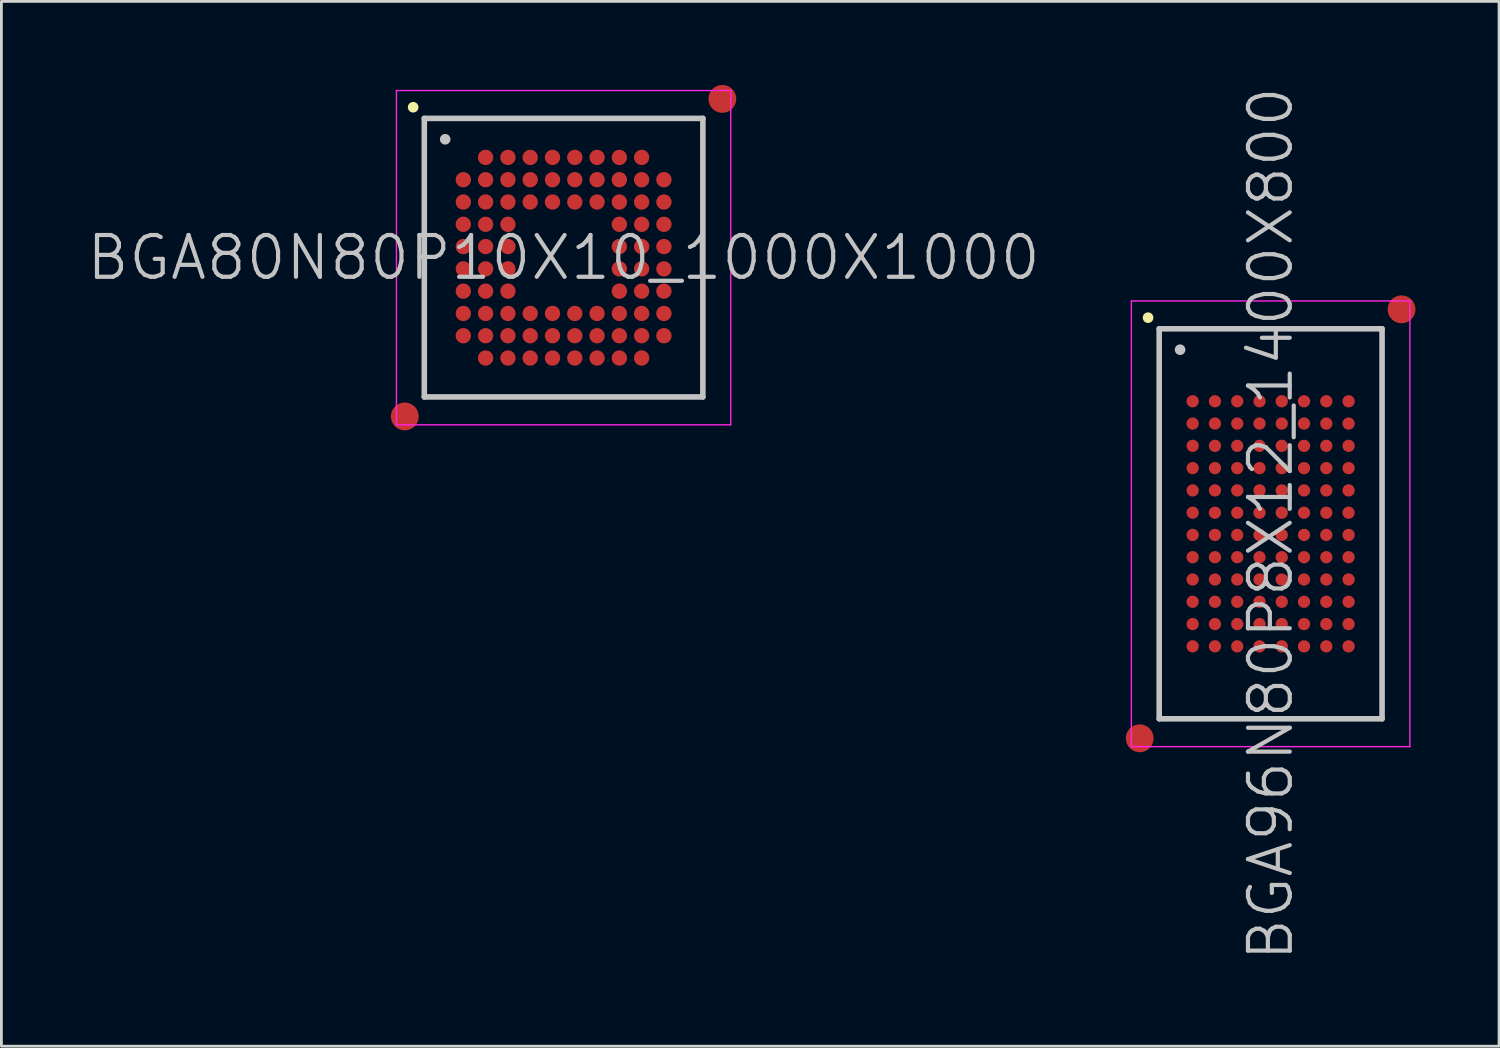
<source format=kicad_pcb>
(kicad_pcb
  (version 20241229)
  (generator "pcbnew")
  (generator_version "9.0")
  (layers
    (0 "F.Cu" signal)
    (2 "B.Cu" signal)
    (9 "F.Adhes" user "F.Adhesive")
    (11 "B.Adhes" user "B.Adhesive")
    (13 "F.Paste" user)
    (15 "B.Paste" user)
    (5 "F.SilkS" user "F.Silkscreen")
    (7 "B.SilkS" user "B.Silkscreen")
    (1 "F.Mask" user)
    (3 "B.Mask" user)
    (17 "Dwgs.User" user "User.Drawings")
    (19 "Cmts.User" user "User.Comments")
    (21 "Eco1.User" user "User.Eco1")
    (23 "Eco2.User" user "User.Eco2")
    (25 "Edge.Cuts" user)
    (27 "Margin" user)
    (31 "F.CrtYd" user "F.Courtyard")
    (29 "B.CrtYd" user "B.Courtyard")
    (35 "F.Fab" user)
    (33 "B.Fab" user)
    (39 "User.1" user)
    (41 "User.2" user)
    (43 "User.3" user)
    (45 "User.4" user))
  (footprint "BGA96N80P8X12_1400X800"
    (layer "F.Cu")
    (at 42.564 15.754)
    (property "Reference" "BGA96N80P8X12_1400X800" (at 0 0 90) (layer "Dwgs.User") (effects (font (size 1.5 1.5) (thickness 0.15))))
    (attr smd)
    (fp_line (start -4.4 -7.4) (end -4.4 -7.4) (stroke (width 0.381) (type solid)) (layer "F.SilkS"))
    (fp_line (start -4 -7) (end -4 7) (stroke (width 0.2) (type solid)) (layer "Dwgs.User"))
    (fp_line (start -4 -7) (end 4 -7) (stroke (width 0.2) (type solid)) (layer "Dwgs.User"))
    (fp_line (start -4 7) (end 4 7) (stroke (width 0.2) (type solid)) (layer "Dwgs.User"))
    (fp_line (start -3.25 -6.25) (end -3.25 -6.25) (stroke (width 0.381) (type solid)) (layer "Dwgs.User"))
    (fp_line (start 4 -7) (end 4 7) (stroke (width 0.2) (type solid)) (layer "Dwgs.User"))
    (fp_line (start -5 -8) (end -5 8) (stroke (width 0.05) (type solid)) (layer "F.CrtYd"))
    (fp_line (start -5 -8) (end 5 -8) (stroke (width 0.05) (type solid)) (layer "F.CrtYd"))
    (fp_line (start -5 8) (end 5 8) (stroke (width 0.05) (type solid)) (layer "F.CrtYd"))
    (fp_line (start 5 -8) (end 5 8) (stroke (width 0.05) (type solid)) (layer "F.CrtYd"))
    (pad "" smd circle (at -4.7 7.7) (size 1 1) (layers "F.Cu" "F.Mask"))
    (pad "" smd circle (at 4.7 -7.7) (size 1 1) (layers "F.Cu" "F.Mask"))
    (pad "A1" smd circle (at -2.799 -4.399 270) (size 0.44 0.44) (layers "F.Cu" "F.Mask" "F.Paste"))
    (pad "A2" smd circle (at -1.999 -4.399 270) (size 0.44 0.44) (layers "F.Cu" "F.Mask" "F.Paste"))
    (pad "A3" smd circle (at -1.199 -4.399 270) (size 0.44 0.44) (layers "F.Cu" "F.Mask" "F.Paste"))
    (pad "A4" smd circle (at -0.399 -4.399 270) (size 0.44 0.44) (layers "F.Cu" "F.Mask" "F.Paste"))
    (pad "A5" smd circle (at 0.399 -4.399 270) (size 0.44 0.44) (layers "F.Cu" "F.Mask" "F.Paste"))
    (pad "A6" smd circle (at 1.199 -4.399 270) (size 0.44 0.44) (layers "F.Cu" "F.Mask" "F.Paste"))
    (pad "A7" smd circle (at 1.999 -4.399 270) (size 0.44 0.44) (layers "F.Cu" "F.Mask" "F.Paste"))
    (pad "A8" smd circle (at 2.799 -4.399 270) (size 0.44 0.44) (layers "F.Cu" "F.Mask" "F.Paste"))
    (pad "B1" smd circle (at -2.799 -3.599 270) (size 0.44 0.44) (layers "F.Cu" "F.Mask" "F.Paste"))
    (pad "B2" smd circle (at -1.999 -3.599 270) (size 0.44 0.44) (layers "F.Cu" "F.Mask" "F.Paste"))
    (pad "B3" smd circle (at -1.199 -3.599 270) (size 0.44 0.44) (layers "F.Cu" "F.Mask" "F.Paste"))
    (pad "B4" smd circle (at -0.399 -3.599 270) (size 0.44 0.44) (layers "F.Cu" "F.Mask" "F.Paste"))
    (pad "B5" smd circle (at 0.399 -3.599 270) (size 0.44 0.44) (layers "F.Cu" "F.Mask" "F.Paste"))
    (pad "B6" smd circle (at 1.199 -3.599 270) (size 0.44 0.44) (layers "F.Cu" "F.Mask" "F.Paste"))
    (pad "B7" smd circle (at 1.999 -3.599 270) (size 0.44 0.44) (layers "F.Cu" "F.Mask" "F.Paste"))
    (pad "B8" smd circle (at 2.799 -3.599 270) (size 0.44 0.44) (layers "F.Cu" "F.Mask" "F.Paste"))
    (pad "C1" smd circle (at -2.799 -2.799 270) (size 0.44 0.44) (layers "F.Cu" "F.Mask" "F.Paste"))
    (pad "C2" smd circle (at -1.999 -2.799 270) (size 0.44 0.44) (layers "F.Cu" "F.Mask" "F.Paste"))
    (pad "C3" smd circle (at -1.199 -2.799 270) (size 0.44 0.44) (layers "F.Cu" "F.Mask" "F.Paste"))
    (pad "C4" smd circle (at -0.399 -2.799 270) (size 0.44 0.44) (layers "F.Cu" "F.Mask" "F.Paste"))
    (pad "C5" smd circle (at 0.399 -2.799 270) (size 0.44 0.44) (layers "F.Cu" "F.Mask" "F.Paste"))
    (pad "C6" smd circle (at 1.199 -2.799 270) (size 0.44 0.44) (layers "F.Cu" "F.Mask" "F.Paste"))
    (pad "C7" smd circle (at 1.999 -2.799 270) (size 0.44 0.44) (layers "F.Cu" "F.Mask" "F.Paste"))
    (pad "C8" smd circle (at 2.799 -2.799 270) (size 0.44 0.44) (layers "F.Cu" "F.Mask" "F.Paste"))
    (pad "D1" smd circle (at -2.799 -1.999 270) (size 0.44 0.44) (layers "F.Cu" "F.Mask" "F.Paste"))
    (pad "D2" smd circle (at -1.999 -1.999 270) (size 0.44 0.44) (layers "F.Cu" "F.Mask" "F.Paste"))
    (pad "D3" smd circle (at -1.199 -1.999 270) (size 0.44 0.44) (layers "F.Cu" "F.Mask" "F.Paste"))
    (pad "D4" smd circle (at -0.399 -1.999 270) (size 0.44 0.44) (layers "F.Cu" "F.Mask" "F.Paste"))
    (pad "D5" smd circle (at 0.399 -1.999 270) (size 0.44 0.44) (layers "F.Cu" "F.Mask" "F.Paste"))
    (pad "D6" smd circle (at 1.199 -1.999 270) (size 0.44 0.44) (layers "F.Cu" "F.Mask" "F.Paste"))
    (pad "D7" smd circle (at 1.999 -1.999 270) (size 0.44 0.44) (layers "F.Cu" "F.Mask" "F.Paste"))
    (pad "D8" smd circle (at 2.799 -1.999 270) (size 0.44 0.44) (layers "F.Cu" "F.Mask" "F.Paste"))
    (pad "E1" smd circle (at -2.799 -1.199 270) (size 0.44 0.44) (layers "F.Cu" "F.Mask" "F.Paste"))
    (pad "E2" smd circle (at -1.999 -1.199 270) (size 0.44 0.44) (layers "F.Cu" "F.Mask" "F.Paste"))
    (pad "E3" smd circle (at -1.199 -1.199 270) (size 0.44 0.44) (layers "F.Cu" "F.Mask" "F.Paste"))
    (pad "E4" smd circle (at -0.399 -1.199 270) (size 0.44 0.44) (layers "F.Cu" "F.Mask" "F.Paste"))
    (pad "E5" smd circle (at 0.399 -1.199 270) (size 0.44 0.44) (layers "F.Cu" "F.Mask" "F.Paste"))
    (pad "E6" smd circle (at 1.199 -1.199 270) (size 0.44 0.44) (layers "F.Cu" "F.Mask" "F.Paste"))
    (pad "E7" smd circle (at 1.999 -1.199 270) (size 0.44 0.44) (layers "F.Cu" "F.Mask" "F.Paste"))
    (pad "E8" smd circle (at 2.799 -1.199 270) (size 0.44 0.44) (layers "F.Cu" "F.Mask" "F.Paste"))
    (pad "F1" smd circle (at -2.799 -0.399 270) (size 0.44 0.44) (layers "F.Cu" "F.Mask" "F.Paste"))
    (pad "F2" smd circle (at -1.999 -0.399 270) (size 0.44 0.44) (layers "F.Cu" "F.Mask" "F.Paste"))
    (pad "F3" smd circle (at -1.199 -0.399 270) (size 0.44 0.44) (layers "F.Cu" "F.Mask" "F.Paste"))
    (pad "F4" smd circle (at -0.399 -0.399 270) (size 0.44 0.44) (layers "F.Cu" "F.Mask" "F.Paste"))
    (pad "F5" smd circle (at 0.399 -0.399 270) (size 0.44 0.44) (layers "F.Cu" "F.Mask" "F.Paste"))
    (pad "F6" smd circle (at 1.199 -0.399 270) (size 0.44 0.44) (layers "F.Cu" "F.Mask" "F.Paste"))
    (pad "F7" smd circle (at 1.999 -0.399 270) (size 0.44 0.44) (layers "F.Cu" "F.Mask" "F.Paste"))
    (pad "F8" smd circle (at 2.799 -0.399 270) (size 0.44 0.44) (layers "F.Cu" "F.Mask" "F.Paste"))
    (pad "G1" smd circle (at -2.799 0.399 270) (size 0.44 0.44) (layers "F.Cu" "F.Mask" "F.Paste"))
    (pad "G2" smd circle (at -1.999 0.399 270) (size 0.44 0.44) (layers "F.Cu" "F.Mask" "F.Paste"))
    (pad "G3" smd circle (at -1.199 0.399 270) (size 0.44 0.44) (layers "F.Cu" "F.Mask" "F.Paste"))
    (pad "G4" smd circle (at -0.399 0.399 270) (size 0.44 0.44) (layers "F.Cu" "F.Mask" "F.Paste"))
    (pad "G5" smd circle (at 0.399 0.399 270) (size 0.44 0.44) (layers "F.Cu" "F.Mask" "F.Paste"))
    (pad "G6" smd circle (at 1.199 0.399 270) (size 0.44 0.44) (layers "F.Cu" "F.Mask" "F.Paste"))
    (pad "G7" smd circle (at 1.999 0.399 270) (size 0.44 0.44) (layers "F.Cu" "F.Mask" "F.Paste"))
    (pad "G8" smd circle (at 2.799 0.399 270) (size 0.44 0.44) (layers "F.Cu" "F.Mask" "F.Paste"))
    (pad "H1" smd circle (at -2.799 1.199 270) (size 0.44 0.44) (layers "F.Cu" "F.Mask" "F.Paste"))
    (pad "H2" smd circle (at -1.999 1.199 270) (size 0.44 0.44) (layers "F.Cu" "F.Mask" "F.Paste"))
    (pad "H3" smd circle (at -1.199 1.199 270) (size 0.44 0.44) (layers "F.Cu" "F.Mask" "F.Paste"))
    (pad "H4" smd circle (at -0.399 1.199 270) (size 0.44 0.44) (layers "F.Cu" "F.Mask" "F.Paste"))
    (pad "H5" smd circle (at 0.399 1.199 270) (size 0.44 0.44) (layers "F.Cu" "F.Mask" "F.Paste"))
    (pad "H6" smd circle (at 1.199 1.199 270) (size 0.44 0.44) (layers "F.Cu" "F.Mask" "F.Paste"))
    (pad "H7" smd circle (at 1.999 1.199 270) (size 0.44 0.44) (layers "F.Cu" "F.Mask" "F.Paste"))
    (pad "H8" smd circle (at 2.799 1.199 270) (size 0.44 0.44) (layers "F.Cu" "F.Mask" "F.Paste"))
    (pad "J1" smd circle (at -2.799 1.999 270) (size 0.44 0.44) (layers "F.Cu" "F.Mask" "F.Paste"))
    (pad "J2" smd circle (at -1.999 1.999 270) (size 0.44 0.44) (layers "F.Cu" "F.Mask" "F.Paste"))
    (pad "J3" smd circle (at -1.199 1.999 270) (size 0.44 0.44) (layers "F.Cu" "F.Mask" "F.Paste"))
    (pad "J4" smd circle (at -0.399 1.999 270) (size 0.44 0.44) (layers "F.Cu" "F.Mask" "F.Paste"))
    (pad "J5" smd circle (at 0.399 1.999 270) (size 0.44 0.44) (layers "F.Cu" "F.Mask" "F.Paste"))
    (pad "J6" smd circle (at 1.199 1.999 270) (size 0.44 0.44) (layers "F.Cu" "F.Mask" "F.Paste"))
    (pad "J7" smd circle (at 1.999 1.999 270) (size 0.44 0.44) (layers "F.Cu" "F.Mask" "F.Paste"))
    (pad "J8" smd circle (at 2.799 1.999 270) (size 0.44 0.44) (layers "F.Cu" "F.Mask" "F.Paste"))
    (pad "K1" smd circle (at -2.799 2.799 270) (size 0.44 0.44) (layers "F.Cu" "F.Mask" "F.Paste"))
    (pad "K2" smd circle (at -1.999 2.799 270) (size 0.44 0.44) (layers "F.Cu" "F.Mask" "F.Paste"))
    (pad "K3" smd circle (at -1.199 2.799 270) (size 0.44 0.44) (layers "F.Cu" "F.Mask" "F.Paste"))
    (pad "K4" smd circle (at -0.399 2.799 270) (size 0.44 0.44) (layers "F.Cu" "F.Mask" "F.Paste"))
    (pad "K5" smd circle (at 0.399 2.799 270) (size 0.44 0.44) (layers "F.Cu" "F.Mask" "F.Paste"))
    (pad "K6" smd circle (at 1.199 2.799 270) (size 0.44 0.44) (layers "F.Cu" "F.Mask" "F.Paste"))
    (pad "K7" smd circle (at 1.999 2.799 270) (size 0.44 0.44) (layers "F.Cu" "F.Mask" "F.Paste"))
    (pad "K8" smd circle (at 2.799 2.799 270) (size 0.44 0.44) (layers "F.Cu" "F.Mask" "F.Paste"))
    (pad "L1" smd circle (at -2.799 3.599 270) (size 0.44 0.44) (layers "F.Cu" "F.Mask" "F.Paste"))
    (pad "L2" smd circle (at -1.999 3.599 270) (size 0.44 0.44) (layers "F.Cu" "F.Mask" "F.Paste"))
    (pad "L3" smd circle (at -1.199 3.599 270) (size 0.44 0.44) (layers "F.Cu" "F.Mask" "F.Paste"))
    (pad "L4" smd circle (at -0.399 3.599 270) (size 0.44 0.44) (layers "F.Cu" "F.Mask" "F.Paste"))
    (pad "L5" smd circle (at 0.399 3.599 270) (size 0.44 0.44) (layers "F.Cu" "F.Mask" "F.Paste"))
    (pad "L6" smd circle (at 1.199 3.599 270) (size 0.44 0.44) (layers "F.Cu" "F.Mask" "F.Paste"))
    (pad "L7" smd circle (at 1.999 3.599 270) (size 0.44 0.44) (layers "F.Cu" "F.Mask" "F.Paste"))
    (pad "L8" smd circle (at 2.799 3.599 270) (size 0.44 0.44) (layers "F.Cu" "F.Mask" "F.Paste"))
    (pad "M1" smd circle (at -2.799 4.399 270) (size 0.44 0.44) (layers "F.Cu" "F.Mask" "F.Paste"))
    (pad "M2" smd circle (at -1.999 4.399 270) (size 0.44 0.44) (layers "F.Cu" "F.Mask" "F.Paste"))
    (pad "M3" smd circle (at -1.199 4.399 270) (size 0.44 0.44) (layers "F.Cu" "F.Mask" "F.Paste"))
    (pad "M4" smd circle (at -0.399 4.399 270) (size 0.44 0.44) (layers "F.Cu" "F.Mask" "F.Paste"))
    (pad "M5" smd circle (at 0.399 4.399 270) (size 0.44 0.44) (layers "F.Cu" "F.Mask" "F.Paste"))
    (pad "M6" smd circle (at 1.199 4.399 270) (size 0.44 0.44) (layers "F.Cu" "F.Mask" "F.Paste"))
    (pad "M7" smd circle (at 1.999 4.399 270) (size 0.44 0.44) (layers "F.Cu" "F.Mask" "F.Paste"))
    (pad "M8" smd circle (at 2.799 4.399 270) (size 0.44 0.44) (layers "F.Cu" "F.Mask" "F.Paste")))
  (footprint "BGA80N80P10X10_1000X1000"
    (layer "F.Cu")
    (at 17.182 6.2)
    (property "Reference" "BGA80N80P10X10_1000X1000" (at 0 0 0) (layer "Dwgs.User") (effects (font (size 1.5 1.5) (thickness 0.15))))
    (attr smd)
    (fp_line (start -5.4 -5.4) (end -5.4 -5.4) (stroke (width 0.381) (type solid)) (layer "F.SilkS"))
    (fp_line (start -5 -5) (end -5 5) (stroke (width 0.2) (type solid)) (layer "Dwgs.User"))
    (fp_line (start -5 -5) (end 5 -5) (stroke (width 0.2) (type solid)) (layer "Dwgs.User"))
    (fp_line (start -5 5) (end 5 5) (stroke (width 0.2) (type solid)) (layer "Dwgs.User"))
    (fp_line (start -4.25 -4.25) (end -4.25 -4.25) (stroke (width 0.381) (type solid)) (layer "Dwgs.User"))
    (fp_line (start 5 -5) (end 5 5) (stroke (width 0.2) (type solid)) (layer "Dwgs.User"))
    (fp_line (start -6 -6) (end -6 6) (stroke (width 0.05) (type solid)) (layer "F.CrtYd"))
    (fp_line (start -6 -6) (end 6 -6) (stroke (width 0.05) (type solid)) (layer "F.CrtYd"))
    (fp_line (start -6 6) (end 6 6) (stroke (width 0.05) (type solid)) (layer "F.CrtYd"))
    (fp_line (start 6 -6) (end 6 6) (stroke (width 0.05) (type solid)) (layer "F.CrtYd"))
    (pad "" smd circle (at -5.7 5.7) (size 1 1) (layers "F.Cu" "F.Mask"))
    (pad "" smd circle (at 5.7 -5.7) (size 1 1) (layers "F.Cu" "F.Mask"))
    (pad "A2" smd circle (at -2.799 -3.599) (size 0.55 0.55) (layers "F.Cu" "F.Mask" "F.Paste"))
    (pad "A3" smd circle (at -1.998 -3.599) (size 0.55 0.55) (layers "F.Cu" "F.Mask" "F.Paste"))
    (pad "A4" smd circle (at -1.198 -3.599) (size 0.55 0.55) (layers "F.Cu" "F.Mask" "F.Paste"))
    (pad "A5" smd circle (at -0.398 -3.599) (size 0.55 0.55) (layers "F.Cu" "F.Mask" "F.Paste"))
    (pad "A6" smd circle (at 0.402 -3.599) (size 0.55 0.55) (layers "F.Cu" "F.Mask" "F.Paste"))
    (pad "A7" smd circle (at 1.202 -3.599) (size 0.55 0.55) (layers "F.Cu" "F.Mask" "F.Paste"))
    (pad "A8" smd circle (at 2.002 -3.599) (size 0.55 0.55) (layers "F.Cu" "F.Mask" "F.Paste"))
    (pad "A9" smd circle (at 2.802 -3.599) (size 0.55 0.55) (layers "F.Cu" "F.Mask" "F.Paste"))
    (pad "B1" smd circle (at -3.599 -2.799) (size 0.55 0.55) (layers "F.Cu" "F.Mask" "F.Paste"))
    (pad "B2" smd circle (at -2.799 -2.799) (size 0.55 0.55) (layers "F.Cu" "F.Mask" "F.Paste"))
    (pad "B3" smd circle (at -1.998 -2.799) (size 0.55 0.55) (layers "F.Cu" "F.Mask" "F.Paste"))
    (pad "B4" smd circle (at -1.198 -2.799) (size 0.55 0.55) (layers "F.Cu" "F.Mask" "F.Paste"))
    (pad "B5" smd circle (at -0.398 -2.799) (size 0.55 0.55) (layers "F.Cu" "F.Mask" "F.Paste"))
    (pad "B6" smd circle (at 0.402 -2.799) (size 0.55 0.55) (layers "F.Cu" "F.Mask" "F.Paste"))
    (pad "B7" smd circle (at 1.202 -2.799) (size 0.55 0.55) (layers "F.Cu" "F.Mask" "F.Paste"))
    (pad "B8" smd circle (at 2.002 -2.799) (size 0.55 0.55) (layers "F.Cu" "F.Mask" "F.Paste"))
    (pad "B9" smd circle (at 2.802 -2.799) (size 0.55 0.55) (layers "F.Cu" "F.Mask" "F.Paste"))
    (pad "B10" smd circle (at 3.602 -2.799) (size 0.55 0.55) (layers "F.Cu" "F.Mask" "F.Paste"))
    (pad "C1" smd circle (at -3.599 -1.998) (size 0.55 0.55) (layers "F.Cu" "F.Mask" "F.Paste"))
    (pad "C2" smd circle (at -2.799 -1.998) (size 0.55 0.55) (layers "F.Cu" "F.Mask" "F.Paste"))
    (pad "C3" smd circle (at -1.998 -1.998) (size 0.55 0.55) (layers "F.Cu" "F.Mask" "F.Paste"))
    (pad "C4" smd circle (at -1.198 -1.998) (size 0.55 0.55) (layers "F.Cu" "F.Mask" "F.Paste"))
    (pad "C5" smd circle (at -0.398 -1.998) (size 0.55 0.55) (layers "F.Cu" "F.Mask" "F.Paste"))
    (pad "C6" smd circle (at 0.402 -1.998) (size 0.55 0.55) (layers "F.Cu" "F.Mask" "F.Paste"))
    (pad "C7" smd circle (at 1.202 -1.998) (size 0.55 0.55) (layers "F.Cu" "F.Mask" "F.Paste"))
    (pad "C8" smd circle (at 2.002 -1.998) (size 0.55 0.55) (layers "F.Cu" "F.Mask" "F.Paste"))
    (pad "C9" smd circle (at 2.802 -1.998) (size 0.55 0.55) (layers "F.Cu" "F.Mask" "F.Paste"))
    (pad "C10" smd circle (at 3.602 -1.998) (size 0.55 0.55) (layers "F.Cu" "F.Mask" "F.Paste"))
    (pad "D1" smd circle (at -3.599 -1.198) (size 0.55 0.55) (layers "F.Cu" "F.Mask" "F.Paste"))
    (pad "D2" smd circle (at -2.799 -1.198) (size 0.55 0.55) (layers "F.Cu" "F.Mask" "F.Paste"))
    (pad "D3" smd circle (at -1.998 -1.198) (size 0.55 0.55) (layers "F.Cu" "F.Mask" "F.Paste"))
    (pad "D8" smd circle (at 2.002 -1.198) (size 0.55 0.55) (layers "F.Cu" "F.Mask" "F.Paste"))
    (pad "D9" smd circle (at 2.802 -1.198) (size 0.55 0.55) (layers "F.Cu" "F.Mask" "F.Paste"))
    (pad "D10" smd circle (at 3.602 -1.198) (size 0.55 0.55) (layers "F.Cu" "F.Mask" "F.Paste"))
    (pad "E1" smd circle (at -3.599 -0.398) (size 0.55 0.55) (layers "F.Cu" "F.Mask" "F.Paste"))
    (pad "E2" smd circle (at -2.799 -0.398) (size 0.55 0.55) (layers "F.Cu" "F.Mask" "F.Paste"))
    (pad "E3" smd circle (at -1.998 -0.398) (size 0.55 0.55) (layers "F.Cu" "F.Mask" "F.Paste"))
    (pad "E8" smd circle (at 2.002 -0.398) (size 0.55 0.55) (layers "F.Cu" "F.Mask" "F.Paste"))
    (pad "E9" smd circle (at 2.802 -0.398) (size 0.55 0.55) (layers "F.Cu" "F.Mask" "F.Paste"))
    (pad "E10" smd circle (at 3.602 -0.398) (size 0.55 0.55) (layers "F.Cu" "F.Mask" "F.Paste"))
    (pad "F1" smd circle (at -3.599 0.402) (size 0.55 0.55) (layers "F.Cu" "F.Mask" "F.Paste"))
    (pad "F2" smd circle (at -2.799 0.402) (size 0.55 0.55) (layers "F.Cu" "F.Mask" "F.Paste"))
    (pad "F3" smd circle (at -1.998 0.402) (size 0.55 0.55) (layers "F.Cu" "F.Mask" "F.Paste"))
    (pad "F8" smd circle (at 2.002 0.402) (size 0.55 0.55) (layers "F.Cu" "F.Mask" "F.Paste"))
    (pad "F9" smd circle (at 2.802 0.402) (size 0.55 0.55) (layers "F.Cu" "F.Mask" "F.Paste"))
    (pad "F10" smd circle (at 3.602 0.402) (size 0.55 0.55) (layers "F.Cu" "F.Mask" "F.Paste"))
    (pad "G1" smd circle (at -3.599 1.202) (size 0.55 0.55) (layers "F.Cu" "F.Mask" "F.Paste"))
    (pad "G2" smd circle (at -2.799 1.202) (size 0.55 0.55) (layers "F.Cu" "F.Mask" "F.Paste"))
    (pad "G3" smd circle (at -1.998 1.202) (size 0.55 0.55) (layers "F.Cu" "F.Mask" "F.Paste"))
    (pad "G8" smd circle (at 2.002 1.202) (size 0.55 0.55) (layers "F.Cu" "F.Mask" "F.Paste"))
    (pad "G9" smd circle (at 2.802 1.202) (size 0.55 0.55) (layers "F.Cu" "F.Mask" "F.Paste"))
    (pad "G10" smd circle (at 3.602 1.202) (size 0.55 0.55) (layers "F.Cu" "F.Mask" "F.Paste"))
    (pad "H1" smd circle (at -3.599 2.002) (size 0.55 0.55) (layers "F.Cu" "F.Mask" "F.Paste"))
    (pad "H2" smd circle (at -2.799 2.002) (size 0.55 0.55) (layers "F.Cu" "F.Mask" "F.Paste"))
    (pad "H3" smd circle (at -1.998 2.002) (size 0.55 0.55) (layers "F.Cu" "F.Mask" "F.Paste"))
    (pad "H4" smd circle (at -1.198 2.002) (size 0.55 0.55) (layers "F.Cu" "F.Mask" "F.Paste"))
    (pad "H5" smd circle (at -0.398 2.002) (size 0.55 0.55) (layers "F.Cu" "F.Mask" "F.Paste"))
    (pad "H6" smd circle (at 0.402 2.002) (size 0.55 0.55) (layers "F.Cu" "F.Mask" "F.Paste"))
    (pad "H7" smd circle (at 1.202 2.002) (size 0.55 0.55) (layers "F.Cu" "F.Mask" "F.Paste"))
    (pad "H8" smd circle (at 2.002 2.002) (size 0.55 0.55) (layers "F.Cu" "F.Mask" "F.Paste"))
    (pad "H9" smd circle (at 2.802 2.002) (size 0.55 0.55) (layers "F.Cu" "F.Mask" "F.Paste"))
    (pad "H10" smd circle (at 3.602 2.002) (size 0.55 0.55) (layers "F.Cu" "F.Mask" "F.Paste"))
    (pad "J1" smd circle (at -3.599 2.802) (size 0.55 0.55) (layers "F.Cu" "F.Mask" "F.Paste"))
    (pad "J2" smd circle (at -2.799 2.802) (size 0.55 0.55) (layers "F.Cu" "F.Mask" "F.Paste"))
    (pad "J3" smd circle (at -1.998 2.802) (size 0.55 0.55) (layers "F.Cu" "F.Mask" "F.Paste"))
    (pad "J4" smd circle (at -1.198 2.802) (size 0.55 0.55) (layers "F.Cu" "F.Mask" "F.Paste"))
    (pad "J5" smd circle (at -0.398 2.802) (size 0.55 0.55) (layers "F.Cu" "F.Mask" "F.Paste"))
    (pad "J6" smd circle (at 0.402 2.802) (size 0.55 0.55) (layers "F.Cu" "F.Mask" "F.Paste"))
    (pad "J7" smd circle (at 1.202 2.802) (size 0.55 0.55) (layers "F.Cu" "F.Mask" "F.Paste"))
    (pad "J8" smd circle (at 2.002 2.802) (size 0.55 0.55) (layers "F.Cu" "F.Mask" "F.Paste"))
    (pad "J9" smd circle (at 2.802 2.802) (size 0.55 0.55) (layers "F.Cu" "F.Mask" "F.Paste"))
    (pad "J10" smd circle (at 3.602 2.802) (size 0.55 0.55) (layers "F.Cu" "F.Mask" "F.Paste"))
    (pad "K2" smd circle (at -2.799 3.602) (size 0.55 0.55) (layers "F.Cu" "F.Mask" "F.Paste"))
    (pad "K3" smd circle (at -1.998 3.602) (size 0.55 0.55) (layers "F.Cu" "F.Mask" "F.Paste"))
    (pad "K4" smd circle (at -1.198 3.602) (size 0.55 0.55) (layers "F.Cu" "F.Mask" "F.Paste"))
    (pad "K5" smd circle (at -0.398 3.602) (size 0.55 0.55) (layers "F.Cu" "F.Mask" "F.Paste"))
    (pad "K6" smd circle (at 0.402 3.602) (size 0.55 0.55) (layers "F.Cu" "F.Mask" "F.Paste"))
    (pad "K7" smd circle (at 1.202 3.602) (size 0.55 0.55) (layers "F.Cu" "F.Mask" "F.Paste"))
    (pad "K8" smd circle (at 2.002 3.602) (size 0.55 0.55) (layers "F.Cu" "F.Mask" "F.Paste"))
    (pad "K9" smd circle (at 2.802 3.602) (size 0.55 0.55) (layers "F.Cu" "F.Mask" "F.Paste")))
  (gr_rect
    (start -3 -3)
    (end 50.764 34.507)
    (stroke (width 0.1) (type default))
    (fill no)
    (layer "Edge.Cuts")))
</source>
